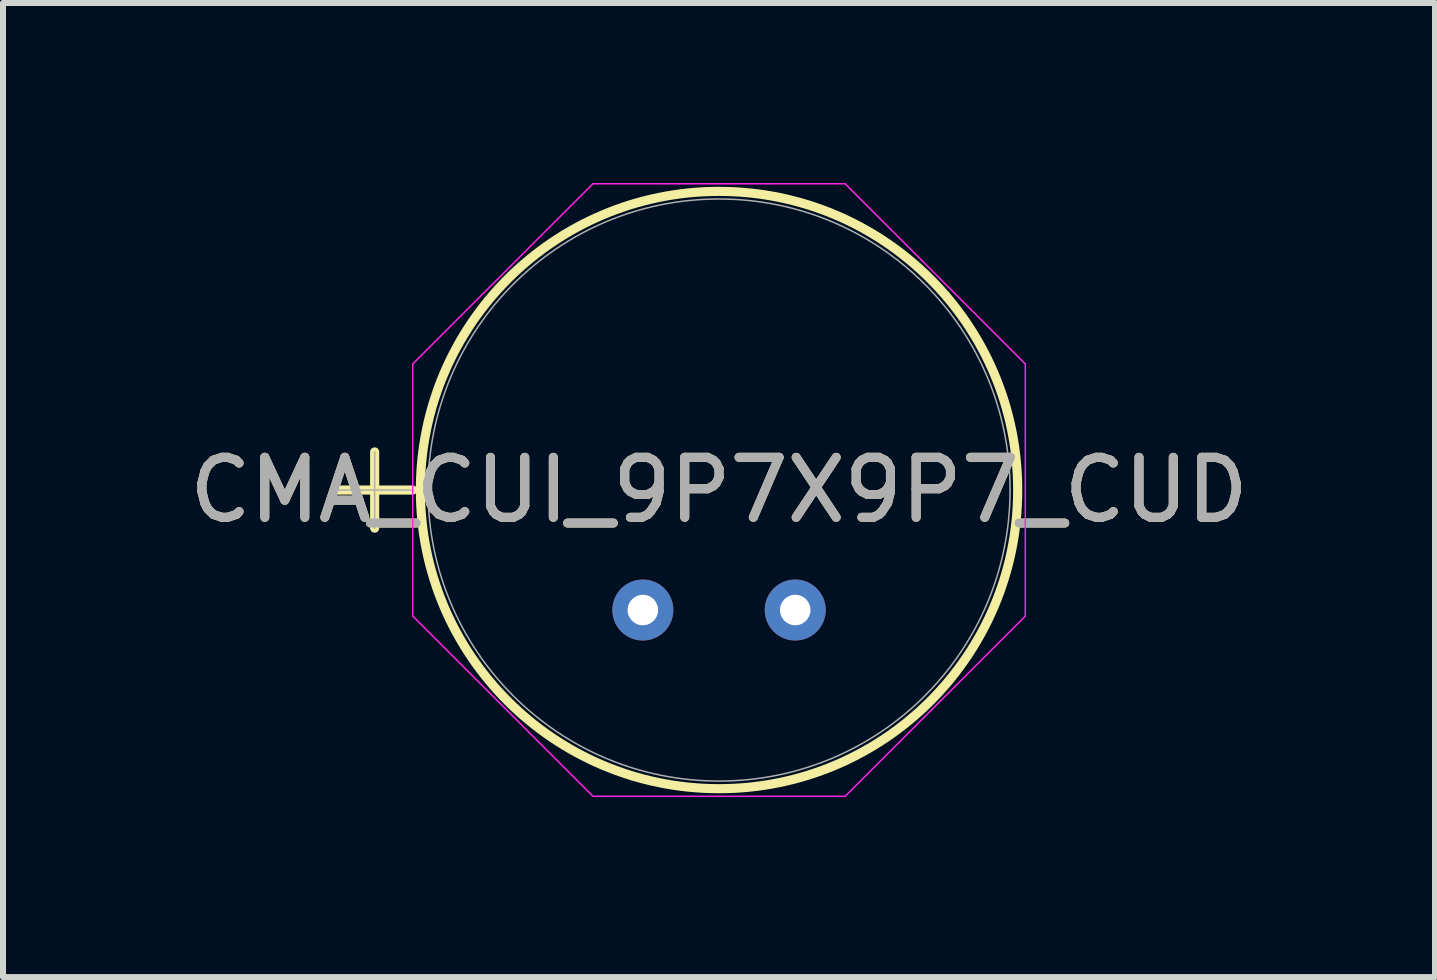
<source format=kicad_pcb>
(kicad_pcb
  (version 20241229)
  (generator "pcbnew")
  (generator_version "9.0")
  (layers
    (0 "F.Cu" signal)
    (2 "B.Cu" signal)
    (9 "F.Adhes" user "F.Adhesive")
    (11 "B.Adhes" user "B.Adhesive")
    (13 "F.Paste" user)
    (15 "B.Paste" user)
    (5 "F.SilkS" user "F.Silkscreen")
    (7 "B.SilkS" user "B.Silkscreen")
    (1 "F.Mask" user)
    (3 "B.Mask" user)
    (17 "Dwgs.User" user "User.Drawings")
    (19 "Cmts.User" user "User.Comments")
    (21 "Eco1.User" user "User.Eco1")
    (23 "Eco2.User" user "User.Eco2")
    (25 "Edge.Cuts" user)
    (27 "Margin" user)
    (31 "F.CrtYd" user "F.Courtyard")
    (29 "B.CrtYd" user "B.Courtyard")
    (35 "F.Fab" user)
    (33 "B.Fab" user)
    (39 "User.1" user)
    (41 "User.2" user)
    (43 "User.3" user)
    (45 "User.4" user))
  (footprint "CMA_CUI_9P7X9P7_CUD"
    (layer "F.Cu")
    (at 7.665 5.118)
    (property "Reference" "CMA_CUI_9P7X9P7_CUD" (at 1.27 0 0) (unlocked yes) (layer "F.SilkS") (effects (font (size 1 1) (thickness 0.15))))
    (attr through_hole)
    (fp_line (start -5.105 0) (end -3.835 0) (stroke (width 0.152) (type solid)) (layer "F.SilkS"))
    (fp_line (start -4.47 -0.635) (end -4.47 0.635) (stroke (width 0.152) (type solid)) (layer "F.SilkS"))
    (fp_circle (center 1.27 0) (end 6.248 0) (stroke (width 0.152) (type solid)) (fill no) (layer "F.SilkS"))
    (fp_line (start -3.835 -2.102) (end -0.832 -5.105) (stroke (width 0.025) (type solid)) (layer "F.CrtYd"))
    (fp_line (start -3.835 2.102) (end -3.835 -2.102) (stroke (width 0.025) (type solid)) (layer "F.CrtYd"))
    (fp_line (start -0.832 -5.105) (end 3.372 -5.105) (stroke (width 0.025) (type solid)) (layer "F.CrtYd"))
    (fp_line (start -0.832 5.105) (end -3.835 2.102) (stroke (width 0.025) (type solid)) (layer "F.CrtYd"))
    (fp_line (start 3.372 -5.105) (end 6.375 -2.102) (stroke (width 0.025) (type solid)) (layer "F.CrtYd"))
    (fp_line (start 3.372 5.105) (end -0.832 5.105) (stroke (width 0.025) (type solid)) (layer "F.CrtYd"))
    (fp_line (start 6.375 -2.102) (end 6.375 2.102) (stroke (width 0.025) (type solid)) (layer "F.CrtYd"))
    (fp_line (start 6.375 2.102) (end 3.372 5.105) (stroke (width 0.025) (type solid)) (layer "F.CrtYd"))
    (fp_line (start -5.105 0) (end -3.835 0) (stroke (width 0.025) (type solid)) (layer "F.Fab"))
    (fp_line (start -4.47 -0.635) (end -4.47 0.635) (stroke (width 0.025) (type solid)) (layer "F.Fab"))
    (fp_circle (center 1.27 0) (end 6.121 0) (stroke (width 0.025) (type solid)) (fill no) (layer "F.Fab"))
    (fp_text user "${REFERENCE}" (at 1.27 0 0) (unlocked yes) (layer "F.Fab") (effects (font (size 1 1) (thickness 0.15))))
    (pad "1" thru_hole circle (at 0 2) (size 1.016 1.016) (drill 0.508) (layers "*.Cu" "*.Mask"))
    (pad "2" thru_hole circle (at 2.54 2) (size 1.016 1.016) (drill 0.508) (layers "*.Cu" "*.Mask")))
  (gr_rect
    (start -3 -3)
    (end 20.869 13.236)
    (stroke (width 0.1) (type default))
    (fill no)
    (layer "Edge.Cuts")))
</source>
